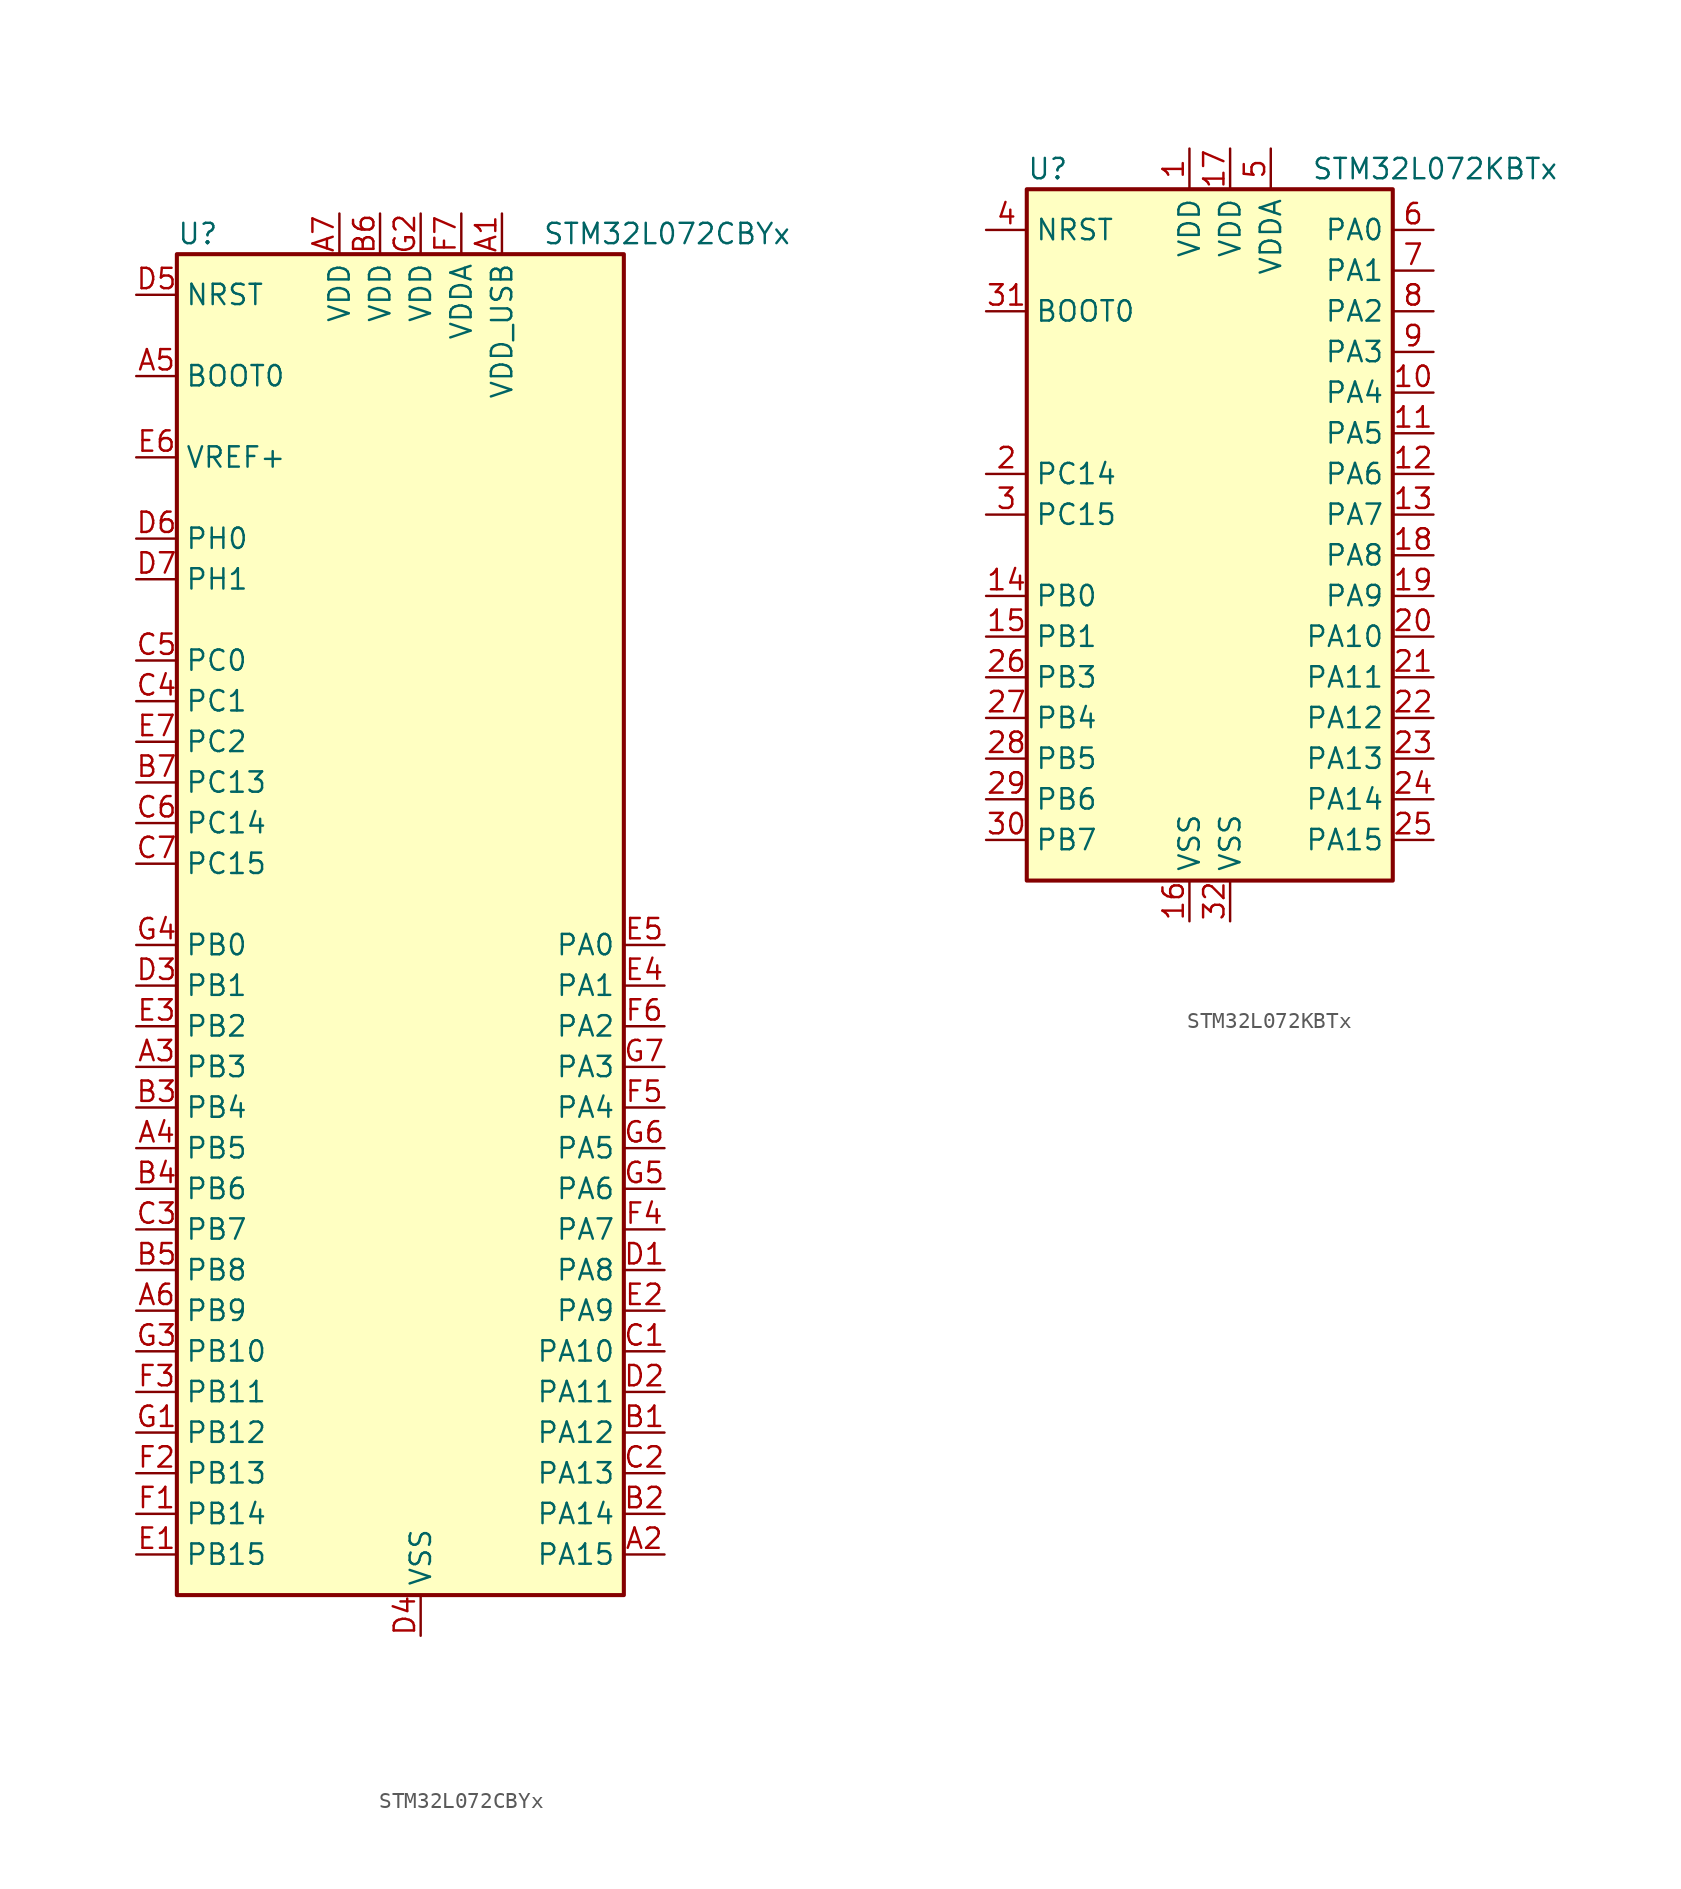
<source format=kicad_sym>
(kicad_symbol_lib
  (version 20201005)
  (generator kicad_symbol_editor)
  (symbol "STM32L072CBYx"
    (property "Reference" "U"
      (at -15.24 41.91 0)
      (effects (font (size 1.27 1.27)) (justify left)))
    (property "Value" "STM32L072CBYx"
      (at 7.62 41.91 0)
      (effects (font (size 1.27 1.27)) (justify left)))
    (symbol "STM32L072CBYx_0_1"
      (rectangle (start -15.24 -43.18) (end 12.7 40.64) (stroke (width 0.254)) (fill (type background))))
    (symbol "STM32L072CBYx_1_1"
      (pin power_in line (at 5.08 43.18 270) (length 2.54) (name "VDD_USB" (effects (font (size 1.27 1.27)))) (number "A1" (effects (font (size 1.27 1.27)))))
      (pin bidirectional line (at 15.24 -40.64 180) (length 2.54) (name "PA15" (effects (font (size 1.27 1.27)))) (number "A2" (effects (font (size 1.27 1.27)))))
      (pin bidirectional line (at -17.78 -10.16 0) (length 2.54) (name "PB3" (effects (font (size 1.27 1.27)))) (number "A3" (effects (font (size 1.27 1.27)))))
      (pin bidirectional line (at -17.78 -15.24 0) (length 2.54) (name "PB5" (effects (font (size 1.27 1.27)))) (number "A4" (effects (font (size 1.27 1.27)))))
      (pin input line (at -17.78 33.02 0) (length 2.54) (name "BOOT0" (effects (font (size 1.27 1.27)))) (number "A5" (effects (font (size 1.27 1.27)))))
      (pin bidirectional line (at -17.78 -25.4 0) (length 2.54) (name "PB9" (effects (font (size 1.27 1.27)))) (number "A6" (effects (font (size 1.27 1.27)))))
      (pin power_in line (at -5.08 43.18 270) (length 2.54) (name "VDD" (effects (font (size 1.27 1.27)))) (number "A7" (effects (font (size 1.27 1.27)))))
      (pin bidirectional line (at 15.24 -33.02 180) (length 2.54) (name "PA12" (effects (font (size 1.27 1.27)))) (number "B1" (effects (font (size 1.27 1.27)))))
      (pin bidirectional line (at 15.24 -38.1 180) (length 2.54) (name "PA14" (effects (font (size 1.27 1.27)))) (number "B2" (effects (font (size 1.27 1.27)))))
      (pin bidirectional line (at -17.78 -12.7 0) (length 2.54) (name "PB4" (effects (font (size 1.27 1.27)))) (number "B3" (effects (font (size 1.27 1.27)))))
      (pin bidirectional line (at -17.78 -17.78 0) (length 2.54) (name "PB6" (effects (font (size 1.27 1.27)))) (number "B4" (effects (font (size 1.27 1.27)))))
      (pin bidirectional line (at -17.78 -22.86 0) (length 2.54) (name "PB8" (effects (font (size 1.27 1.27)))) (number "B5" (effects (font (size 1.27 1.27)))))
      (pin power_in line (at -2.54 43.18 270) (length 2.54) (name "VDD" (effects (font (size 1.27 1.27)))) (number "B6" (effects (font (size 1.27 1.27)))))
      (pin bidirectional line (at -17.78 7.62 0) (length 2.54) (name "PC13" (effects (font (size 1.27 1.27)))) (number "B7" (effects (font (size 1.27 1.27)))))
      (pin bidirectional line (at 15.24 -27.94 180) (length 2.54) (name "PA10" (effects (font (size 1.27 1.27)))) (number "C1" (effects (font (size 1.27 1.27)))))
      (pin bidirectional line (at 15.24 -35.56 180) (length 2.54) (name "PA13" (effects (font (size 1.27 1.27)))) (number "C2" (effects (font (size 1.27 1.27)))))
      (pin bidirectional line (at -17.78 -20.32 0) (length 2.54) (name "PB7" (effects (font (size 1.27 1.27)))) (number "C3" (effects (font (size 1.27 1.27)))))
      (pin bidirectional line (at -17.78 12.7 0) (length 2.54) (name "PC1" (effects (font (size 1.27 1.27)))) (number "C4" (effects (font (size 1.27 1.27)))))
      (pin bidirectional line (at -17.78 15.24 0) (length 2.54) (name "PC0" (effects (font (size 1.27 1.27)))) (number "C5" (effects (font (size 1.27 1.27)))))
      (pin bidirectional line (at -17.78 5.08 0) (length 2.54) (name "PC14" (effects (font (size 1.27 1.27)))) (number "C6" (effects (font (size 1.27 1.27)))))
      (pin bidirectional line (at -17.78 2.54 0) (length 2.54) (name "PC15" (effects (font (size 1.27 1.27)))) (number "C7" (effects (font (size 1.27 1.27)))))
      (pin bidirectional line (at 15.24 -22.86 180) (length 2.54) (name "PA8" (effects (font (size 1.27 1.27)))) (number "D1" (effects (font (size 1.27 1.27)))))
      (pin bidirectional line (at 15.24 -30.48 180) (length 2.54) (name "PA11" (effects (font (size 1.27 1.27)))) (number "D2" (effects (font (size 1.27 1.27)))))
      (pin bidirectional line (at -17.78 -5.08 0) (length 2.54) (name "PB1" (effects (font (size 1.27 1.27)))) (number "D3" (effects (font (size 1.27 1.27)))))
      (pin power_in line (at 0 -45.72 90) (length 2.54) (name "VSS" (effects (font (size 1.27 1.27)))) (number "D4" (effects (font (size 1.27 1.27)))))
      (pin input line (at -17.78 38.1 0) (length 2.54) (name "NRST" (effects (font (size 1.27 1.27)))) (number "D5" (effects (font (size 1.27 1.27)))))
      (pin input line (at -17.78 22.86 0) (length 2.54) (name "PH0" (effects (font (size 1.27 1.27)))) (number "D6" (effects (font (size 1.27 1.27)))))
      (pin input line (at -17.78 20.32 0) (length 2.54) (name "PH1" (effects (font (size 1.27 1.27)))) (number "D7" (effects (font (size 1.27 1.27)))))
      (pin bidirectional line (at -17.78 -40.64 0) (length 2.54) (name "PB15" (effects (font (size 1.27 1.27)))) (number "E1" (effects (font (size 1.27 1.27)))))
      (pin bidirectional line (at 15.24 -25.4 180) (length 2.54) (name "PA9" (effects (font (size 1.27 1.27)))) (number "E2" (effects (font (size 1.27 1.27)))))
      (pin bidirectional line (at -17.78 -7.62 0) (length 2.54) (name "PB2" (effects (font (size 1.27 1.27)))) (number "E3" (effects (font (size 1.27 1.27)))))
      (pin bidirectional line (at 15.24 -5.08 180) (length 2.54) (name "PA1" (effects (font (size 1.27 1.27)))) (number "E4" (effects (font (size 1.27 1.27)))))
      (pin bidirectional line (at 15.24 -2.54 180) (length 2.54) (name "PA0" (effects (font (size 1.27 1.27)))) (number "E5" (effects (font (size 1.27 1.27)))))
      (pin power_in line (at -17.78 27.94 0) (length 2.54) (name "VREF+" (effects (font (size 1.27 1.27)))) (number "E6" (effects (font (size 1.27 1.27)))))
      (pin bidirectional line (at -17.78 10.16 0) (length 2.54) (name "PC2" (effects (font (size 1.27 1.27)))) (number "E7" (effects (font (size 1.27 1.27)))))
      (pin bidirectional line (at -17.78 -38.1 0) (length 2.54) (name "PB14" (effects (font (size 1.27 1.27)))) (number "F1" (effects (font (size 1.27 1.27)))))
      (pin bidirectional line (at -17.78 -35.56 0) (length 2.54) (name "PB13" (effects (font (size 1.27 1.27)))) (number "F2" (effects (font (size 1.27 1.27)))))
      (pin bidirectional line (at -17.78 -30.48 0) (length 2.54) (name "PB11" (effects (font (size 1.27 1.27)))) (number "F3" (effects (font (size 1.27 1.27)))))
      (pin bidirectional line (at 15.24 -20.32 180) (length 2.54) (name "PA7" (effects (font (size 1.27 1.27)))) (number "F4" (effects (font (size 1.27 1.27)))))
      (pin bidirectional line (at 15.24 -12.7 180) (length 2.54) (name "PA4" (effects (font (size 1.27 1.27)))) (number "F5" (effects (font (size 1.27 1.27)))))
      (pin bidirectional line (at 15.24 -7.62 180) (length 2.54) (name "PA2" (effects (font (size 1.27 1.27)))) (number "F6" (effects (font (size 1.27 1.27)))))
      (pin power_in line (at 2.54 43.18 270) (length 2.54) (name "VDDA" (effects (font (size 1.27 1.27)))) (number "F7" (effects (font (size 1.27 1.27)))))
      (pin bidirectional line (at -17.78 -33.02 0) (length 2.54) (name "PB12" (effects (font (size 1.27 1.27)))) (number "G1" (effects (font (size 1.27 1.27)))))
      (pin power_in line (at 0 43.18 270) (length 2.54) (name "VDD" (effects (font (size 1.27 1.27)))) (number "G2" (effects (font (size 1.27 1.27)))))
      (pin bidirectional line (at -17.78 -27.94 0) (length 2.54) (name "PB10" (effects (font (size 1.27 1.27)))) (number "G3" (effects (font (size 1.27 1.27)))))
      (pin bidirectional line (at -17.78 -2.54 0) (length 2.54) (name "PB0" (effects (font (size 1.27 1.27)))) (number "G4" (effects (font (size 1.27 1.27)))))
      (pin bidirectional line (at 15.24 -17.78 180) (length 2.54) (name "PA6" (effects (font (size 1.27 1.27)))) (number "G5" (effects (font (size 1.27 1.27)))))
      (pin bidirectional line (at 15.24 -15.24 180) (length 2.54) (name "PA5" (effects (font (size 1.27 1.27)))) (number "G6" (effects (font (size 1.27 1.27)))))
      (pin bidirectional line (at 15.24 -10.16 180) (length 2.54) (name "PA3" (effects (font (size 1.27 1.27)))) (number "G7" (effects (font (size 1.27 1.27)))))))
  (symbol "STM32L072KBTx"
    (property "Reference" "U"
      (at -12.7 21.59 0)
      (effects (font (size 1.27 1.27)) (justify left)))
    (property "Value" "STM32L072KBTx"
      (at 5.08 21.59 0)
      (effects (font (size 1.27 1.27)) (justify left)))
    (symbol "STM32L072KBTx_0_1"
      (rectangle (start -12.7 -22.86) (end 10.16 20.32) (stroke (width 0.254)) (fill (type background))))
    (symbol "STM32L072KBTx_1_1"
      (pin power_in line (at -2.54 22.86 270) (length 2.54) (name "VDD" (effects (font (size 1.27 1.27)))) (number "1" (effects (font (size 1.27 1.27)))))
      (pin bidirectional line (at 12.7 7.62 180) (length 2.54) (name "PA4" (effects (font (size 1.27 1.27)))) (number "10" (effects (font (size 1.27 1.27)))))
      (pin bidirectional line (at 12.7 5.08 180) (length 2.54) (name "PA5" (effects (font (size 1.27 1.27)))) (number "11" (effects (font (size 1.27 1.27)))))
      (pin bidirectional line (at 12.7 2.54 180) (length 2.54) (name "PA6" (effects (font (size 1.27 1.27)))) (number "12" (effects (font (size 1.27 1.27)))))
      (pin bidirectional line (at 12.7 0 180) (length 2.54) (name "PA7" (effects (font (size 1.27 1.27)))) (number "13" (effects (font (size 1.27 1.27)))))
      (pin bidirectional line (at -15.24 -5.08 0) (length 2.54) (name "PB0" (effects (font (size 1.27 1.27)))) (number "14" (effects (font (size 1.27 1.27)))))
      (pin bidirectional line (at -15.24 -7.62 0) (length 2.54) (name "PB1" (effects (font (size 1.27 1.27)))) (number "15" (effects (font (size 1.27 1.27)))))
      (pin power_in line (at -2.54 -25.4 90) (length 2.54) (name "VSS" (effects (font (size 1.27 1.27)))) (number "16" (effects (font (size 1.27 1.27)))))
      (pin power_in line (at 0 22.86 270) (length 2.54) (name "VDD" (effects (font (size 1.27 1.27)))) (number "17" (effects (font (size 1.27 1.27)))))
      (pin bidirectional line (at 12.7 -2.54 180) (length 2.54) (name "PA8" (effects (font (size 1.27 1.27)))) (number "18" (effects (font (size 1.27 1.27)))))
      (pin bidirectional line (at 12.7 -5.08 180) (length 2.54) (name "PA9" (effects (font (size 1.27 1.27)))) (number "19" (effects (font (size 1.27 1.27)))))
      (pin bidirectional line (at -15.24 2.54 0) (length 2.54) (name "PC14" (effects (font (size 1.27 1.27)))) (number "2" (effects (font (size 1.27 1.27)))))
      (pin bidirectional line (at 12.7 -7.62 180) (length 2.54) (name "PA10" (effects (font (size 1.27 1.27)))) (number "20" (effects (font (size 1.27 1.27)))))
      (pin bidirectional line (at 12.7 -10.16 180) (length 2.54) (name "PA11" (effects (font (size 1.27 1.27)))) (number "21" (effects (font (size 1.27 1.27)))))
      (pin bidirectional line (at 12.7 -12.7 180) (length 2.54) (name "PA12" (effects (font (size 1.27 1.27)))) (number "22" (effects (font (size 1.27 1.27)))))
      (pin bidirectional line (at 12.7 -15.24 180) (length 2.54) (name "PA13" (effects (font (size 1.27 1.27)))) (number "23" (effects (font (size 1.27 1.27)))))
      (pin bidirectional line (at 12.7 -17.78 180) (length 2.54) (name "PA14" (effects (font (size 1.27 1.27)))) (number "24" (effects (font (size 1.27 1.27)))))
      (pin bidirectional line (at 12.7 -20.32 180) (length 2.54) (name "PA15" (effects (font (size 1.27 1.27)))) (number "25" (effects (font (size 1.27 1.27)))))
      (pin bidirectional line (at -15.24 -10.16 0) (length 2.54) (name "PB3" (effects (font (size 1.27 1.27)))) (number "26" (effects (font (size 1.27 1.27)))))
      (pin bidirectional line (at -15.24 -12.7 0) (length 2.54) (name "PB4" (effects (font (size 1.27 1.27)))) (number "27" (effects (font (size 1.27 1.27)))))
      (pin bidirectional line (at -15.24 -15.24 0) (length 2.54) (name "PB5" (effects (font (size 1.27 1.27)))) (number "28" (effects (font (size 1.27 1.27)))))
      (pin bidirectional line (at -15.24 -17.78 0) (length 2.54) (name "PB6" (effects (font (size 1.27 1.27)))) (number "29" (effects (font (size 1.27 1.27)))))
      (pin bidirectional line (at -15.24 0 0) (length 2.54) (name "PC15" (effects (font (size 1.27 1.27)))) (number "3" (effects (font (size 1.27 1.27)))))
      (pin bidirectional line (at -15.24 -20.32 0) (length 2.54) (name "PB7" (effects (font (size 1.27 1.27)))) (number "30" (effects (font (size 1.27 1.27)))))
      (pin input line (at -15.24 12.7 0) (length 2.54) (name "BOOT0" (effects (font (size 1.27 1.27)))) (number "31" (effects (font (size 1.27 1.27)))))
      (pin power_in line (at 0 -25.4 90) (length 2.54) (name "VSS" (effects (font (size 1.27 1.27)))) (number "32" (effects (font (size 1.27 1.27)))))
      (pin input line (at -15.24 17.78 0) (length 2.54) (name "NRST" (effects (font (size 1.27 1.27)))) (number "4" (effects (font (size 1.27 1.27)))))
      (pin power_in line (at 2.54 22.86 270) (length 2.54) (name "VDDA" (effects (font (size 1.27 1.27)))) (number "5" (effects (font (size 1.27 1.27)))))
      (pin bidirectional line (at 12.7 17.78 180) (length 2.54) (name "PA0" (effects (font (size 1.27 1.27)))) (number "6" (effects (font (size 1.27 1.27)))))
      (pin bidirectional line (at 12.7 15.24 180) (length 2.54) (name "PA1" (effects (font (size 1.27 1.27)))) (number "7" (effects (font (size 1.27 1.27)))))
      (pin bidirectional line (at 12.7 12.7 180) (length 2.54) (name "PA2" (effects (font (size 1.27 1.27)))) (number "8" (effects (font (size 1.27 1.27)))))
      (pin bidirectional line (at 12.7 10.16 180) (length 2.54) (name "PA3" (effects (font (size 1.27 1.27)))) (number "9" (effects (font (size 1.27 1.27))))))))
</source>
